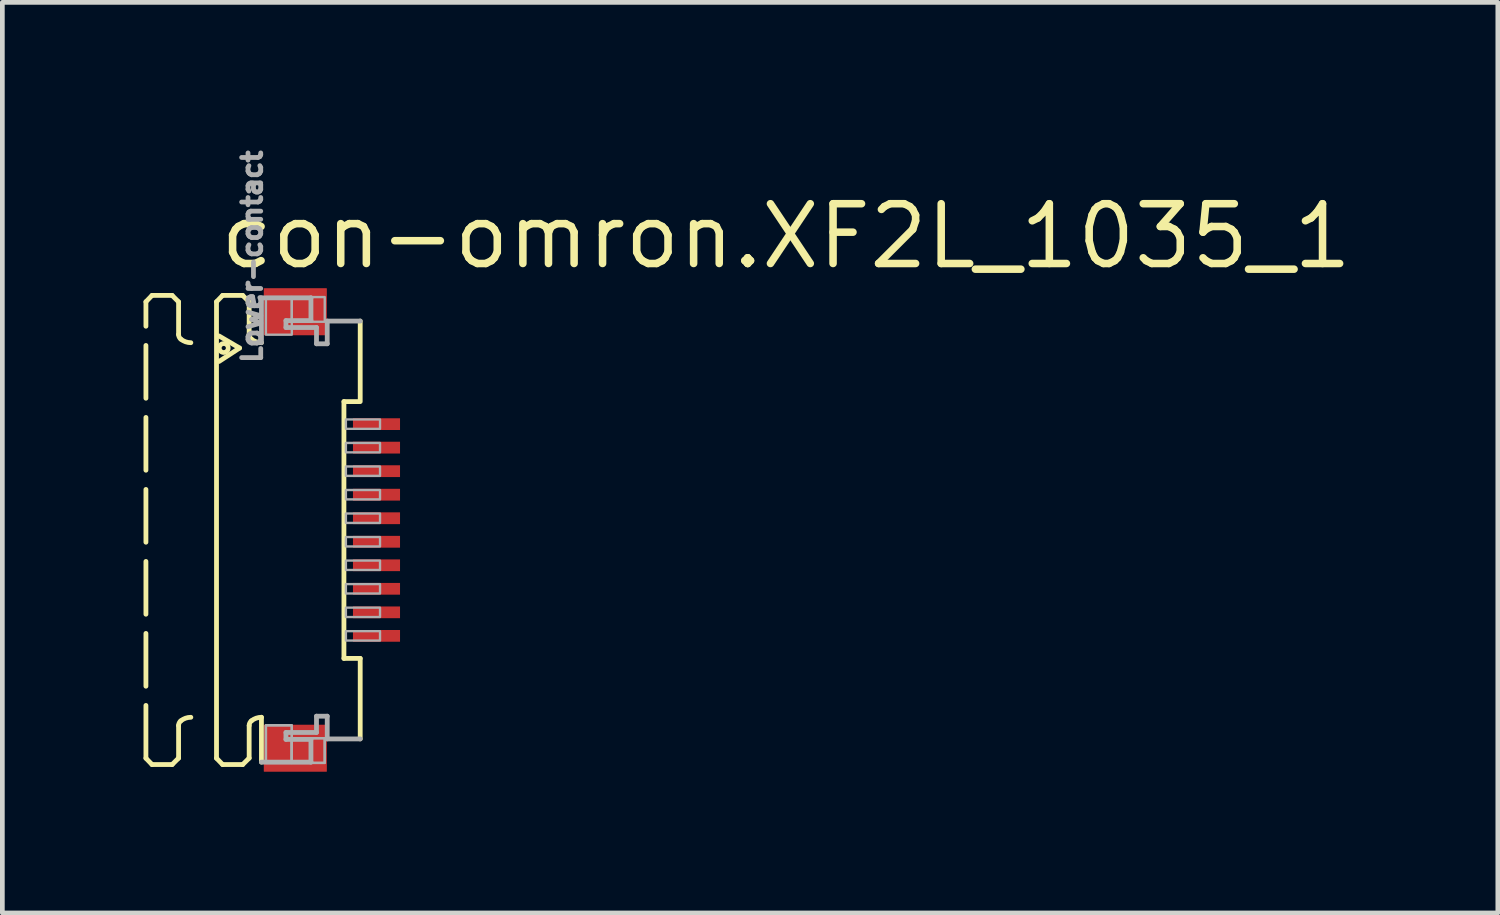
<source format=kicad_pcb>
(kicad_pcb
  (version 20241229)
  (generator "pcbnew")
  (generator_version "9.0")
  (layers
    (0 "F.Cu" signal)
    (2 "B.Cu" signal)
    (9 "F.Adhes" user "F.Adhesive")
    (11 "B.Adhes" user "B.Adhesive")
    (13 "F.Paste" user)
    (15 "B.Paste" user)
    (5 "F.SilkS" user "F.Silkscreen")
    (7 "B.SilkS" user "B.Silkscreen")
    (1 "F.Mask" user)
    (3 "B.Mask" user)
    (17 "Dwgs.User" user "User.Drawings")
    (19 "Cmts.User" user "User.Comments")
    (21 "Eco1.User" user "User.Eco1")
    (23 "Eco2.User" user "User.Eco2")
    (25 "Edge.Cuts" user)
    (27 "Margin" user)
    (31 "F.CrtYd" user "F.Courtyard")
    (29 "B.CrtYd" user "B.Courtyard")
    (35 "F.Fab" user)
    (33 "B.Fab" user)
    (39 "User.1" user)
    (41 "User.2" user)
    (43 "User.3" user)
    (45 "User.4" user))
  (footprint "con-omron.XF2L_1035_1"
    (layer "F.Cu")
    (at 3.046 8.213)
    (property "Reference" "con-omron.XF2L_1035_1" (at -1.5 -5.5 0) (layer "F.SilkS") (effects (font (size 1.27 1.27) (thickness 0.16)) (justify left bottom)))
    (attr smd)
    (fp_rect (start 1.355 -2.075) (end 2.455 -2.425) (stroke (width 0.05) (type default)) (fill yes) (layer "F.Mask"))
    (fp_rect (start 1.355 -1.575) (end 2.455 -1.925) (stroke (width 0.05) (type default)) (fill yes) (layer "F.Mask"))
    (fp_rect (start 1.355 -1.075) (end 2.455 -1.425) (stroke (width 0.05) (type default)) (fill yes) (layer "F.Mask"))
    (fp_rect (start 1.355 -0.575) (end 2.455 -0.925) (stroke (width 0.05) (type default)) (fill yes) (layer "F.Mask"))
    (fp_rect (start 1.355 -0.075) (end 2.455 -0.425) (stroke (width 0.05) (type default)) (fill yes) (layer "F.Mask"))
    (fp_rect (start 1.355 0.425) (end 2.455 0.075) (stroke (width 0.05) (type default)) (fill yes) (layer "F.Mask"))
    (fp_rect (start 1.355 0.925) (end 2.455 0.575) (stroke (width 0.05) (type default)) (fill yes) (layer "F.Mask"))
    (fp_rect (start 1.355 1.425) (end 2.455 1.075) (stroke (width 0.05) (type default)) (fill yes) (layer "F.Mask"))
    (fp_rect (start 1.355 1.925) (end 2.455 1.575) (stroke (width 0.05) (type default)) (fill yes) (layer "F.Mask"))
    (fp_rect (start 1.355 2.425) (end 2.455 2.075) (stroke (width 0.05) (type default)) (fill yes) (layer "F.Mask"))
    (fp_line (start -2.995 -4.85) (end -2.865 -4.985) (stroke (width 0.102) (type default)) (layer "F.SilkS"))
    (fp_line (start -2.995 4.85) (end -2.995 -4.85) (stroke (width 0.102) (type dash)) (layer "F.SilkS"))
    (fp_line (start -2.995 4.85) (end -2.865 4.985) (stroke (width 0.102) (type default)) (layer "F.SilkS"))
    (fp_line (start -2.865 -4.985) (end -2.438 -4.985) (stroke (width 0.102) (type dash)) (layer "F.SilkS"))
    (fp_line (start -2.865 4.985) (end -2.438 4.985) (stroke (width 0.102) (type dash)) (layer "F.SilkS"))
    (fp_line (start -2.438 -4.985) (end -2.301 -4.848) (stroke (width 0.102) (type default)) (layer "F.SilkS"))
    (fp_line (start -2.438 4.985) (end -2.301 4.848) (stroke (width 0.102) (type default)) (layer "F.SilkS"))
    (fp_line (start -2.301 -4.848) (end -2.301 -4.156) (stroke (width 0.102) (type dash)) (layer "F.SilkS"))
    (fp_line (start -2.301 4.848) (end -2.301 4.156) (stroke (width 0.102) (type dash)) (layer "F.SilkS"))
    (fp_line (start -1.495 -4.85) (end -1.365 -4.985) (stroke (width 0.102) (type default)) (layer "F.SilkS"))
    (fp_line (start -1.495 4.85) (end -1.495 -4.85) (stroke (width 0.102) (type default)) (layer "F.SilkS"))
    (fp_line (start -1.495 4.85) (end -1.365 4.985) (stroke (width 0.102) (type default)) (layer "F.SilkS"))
    (fp_line (start -1.441 -4.123) (end -1.005 -3.867) (stroke (width 0.102) (type default)) (layer "F.SilkS"))
    (fp_line (start -1.365 -4.985) (end -0.939 -4.985) (stroke (width 0.102) (type default)) (layer "F.SilkS"))
    (fp_line (start -1.365 4.985) (end -0.939 4.985) (stroke (width 0.102) (type default)) (layer "F.SilkS"))
    (fp_line (start -1.005 -3.867) (end -1.441 -3.582) (stroke (width 0.102) (type default)) (layer "F.SilkS"))
    (fp_line (start -0.939 -4.985) (end -0.801 -4.848) (stroke (width 0.102) (type default)) (layer "F.SilkS"))
    (fp_line (start -0.939 4.985) (end -0.801 4.848) (stroke (width 0.102) (type default)) (layer "F.SilkS"))
    (fp_line (start -0.801 -4.848) (end -0.801 -4.156) (stroke (width 0.102) (type default)) (layer "F.SilkS"))
    (fp_line (start -0.801 4.848) (end -0.801 4.156) (stroke (width 0.102) (type default)) (layer "F.SilkS"))
    (fp_line (start -0.54 3.98) (end -0.54 4.933) (stroke (width 0.102) (type default)) (layer "F.SilkS"))
    (fp_line (start 1.213 2.729) (end 1.213 -2.729) (stroke (width 0.102) (type default)) (layer "F.SilkS"))
    (fp_line (start 1.538 -2.729) (end 1.213 -2.729) (stroke (width 0.102) (type default)) (layer "F.SilkS"))
    (fp_line (start 1.559 -4.44) (end 1.559 -2.729) (stroke (width 0.102) (type default)) (layer "F.SilkS"))
    (fp_line (start 1.559 2.729) (end 1.213 2.729) (stroke (width 0.102) (type default)) (layer "F.SilkS"))
    (fp_line (start 1.559 4.44) (end 1.559 2.729) (stroke (width 0.102) (type default)) (layer "F.SilkS"))
    (fp_arc (start -2.301 4.1557) (mid -2.288538 4.100596) (end -2.2536 4.0562) (stroke (width 0.1016) (type default)) (layer "F.SilkS"))
    (fp_arc (start -2.2536 -4.0562) (mid -2.288538 -4.100596) (end -2.301 -4.1557) (stroke (width 0.1016) (type default)) (layer "F.SilkS"))
    (fp_arc (start -2.2536 4.0562) (mid -2.153476 3.999936) (end -2.0403 3.9804) (stroke (width 0.1016) (type default)) (layer "F.SilkS"))
    (fp_arc (start -2.0403 -3.9804) (mid -2.153476 -3.999936) (end -2.2536 -4.0562) (stroke (width 0.1016) (type default)) (layer "F.SilkS"))
    (fp_arc (start -0.801 4.1557) (mid -0.788538 4.100596) (end -0.7536 4.0562) (stroke (width 0.1016) (type default)) (layer "F.SilkS"))
    (fp_arc (start -0.7536 -4.0562) (mid -0.788538 -4.100596) (end -0.801 -4.1557) (stroke (width 0.1016) (type default)) (layer "F.SilkS"))
    (fp_arc (start -0.7536 4.0562) (mid -0.653476 3.999936) (end -0.5403 3.9804) (stroke (width 0.1016) (type default)) (layer "F.SilkS"))
    (fp_arc (start -0.5403 -3.9804) (mid -0.653476 -3.999936) (end -0.7536 -4.0562) (stroke (width 0.1016) (type default)) (layer "F.SilkS"))
    (fp_circle (center -1.341 -3.867) (end -1.246 -3.867) (stroke (width 0.1) (type default)) (fill no) (layer "F.SilkS"))
    (fp_line (start -0.54 -4.933) (end 0.512 -4.933) (stroke (width 0.102) (type default)) (layer "F.Fab"))
    (fp_line (start -0.54 -3.98) (end -0.54 -4.933) (stroke (width 0.102) (type default)) (layer "F.Fab"))
    (fp_line (start -0.54 4.933) (end 0.512 4.933) (stroke (width 0.102) (type default)) (layer "F.Fab"))
    (fp_line (start -0.019 -4.45) (end -0.019 -4.303) (stroke (width 0.102) (type default)) (layer "F.Fab"))
    (fp_line (start -0.019 -4.303) (end 0.63 -4.303) (stroke (width 0.102) (type default)) (layer "F.Fab"))
    (fp_line (start -0.019 4.303) (end 0.63 4.303) (stroke (width 0.102) (type default)) (layer "F.Fab"))
    (fp_line (start -0.019 4.45) (end -0.019 4.303) (stroke (width 0.102) (type default)) (layer "F.Fab"))
    (fp_line (start 0.512 -4.933) (end 0.512 -4.45) (stroke (width 0.102) (type default)) (layer "F.Fab"))
    (fp_line (start 0.512 -4.45) (end -0.019 -4.45) (stroke (width 0.102) (type default)) (layer "F.Fab"))
    (fp_line (start 0.512 4.45) (end -0.019 4.45) (stroke (width 0.102) (type default)) (layer "F.Fab"))
    (fp_line (start 0.512 4.933) (end 0.512 4.45) (stroke (width 0.102) (type default)) (layer "F.Fab"))
    (fp_line (start 0.63 -4.303) (end 0.63 -3.957) (stroke (width 0.102) (type default)) (layer "F.Fab"))
    (fp_line (start 0.63 -3.957) (end 0.858 -3.957) (stroke (width 0.102) (type default)) (layer "F.Fab"))
    (fp_line (start 0.63 3.957) (end 0.858 3.957) (stroke (width 0.102) (type default)) (layer "F.Fab"))
    (fp_line (start 0.63 4.303) (end 0.63 3.957) (stroke (width 0.102) (type default)) (layer "F.Fab"))
    (fp_line (start 0.858 -4.44) (end 1.559 -4.44) (stroke (width 0.102) (type default)) (layer "F.Fab"))
    (fp_line (start 0.858 -3.957) (end 0.858 -4.44) (stroke (width 0.102) (type default)) (layer "F.Fab"))
    (fp_line (start 0.858 3.957) (end 0.858 4.44) (stroke (width 0.102) (type default)) (layer "F.Fab"))
    (fp_line (start 0.858 4.44) (end 1.559 4.44) (stroke (width 0.102) (type default)) (layer "F.Fab"))
    (fp_rect (start -0.445 -4.15) (end 0.105 -4.95) (stroke (width 0.05) (type default)) (fill no) (layer "F.Fab"))
    (fp_rect (start -0.445 4.95) (end 0.105 4.15) (stroke (width 0.05) (type default)) (fill no) (layer "F.Fab"))
    (fp_rect (start -0.445 4.95) (end 0.105 4.15) (stroke (width 0.05) (type default)) (fill no) (layer "F.Fab"))
    (fp_rect (start 0.105 -4.425) (end 0.805 -4.95) (stroke (width 0.05) (type default)) (fill no) (layer "F.Fab"))
    (fp_rect (start 0.105 4.95) (end 0.805 4.425) (stroke (width 0.05) (type default)) (fill no) (layer "F.Fab"))
    (fp_rect (start 0.105 4.95) (end 0.805 4.425) (stroke (width 0.05) (type default)) (fill no) (layer "F.Fab"))
    (fp_rect (start 1.255 -2.15) (end 1.98 -2.35) (stroke (width 0.05) (type default)) (fill no) (layer "F.Fab"))
    (fp_rect (start 1.255 -1.65) (end 1.98 -1.85) (stroke (width 0.05) (type default)) (fill no) (layer "F.Fab"))
    (fp_rect (start 1.255 -1.15) (end 1.98 -1.35) (stroke (width 0.05) (type default)) (fill no) (layer "F.Fab"))
    (fp_rect (start 1.255 -0.65) (end 1.98 -0.85) (stroke (width 0.05) (type default)) (fill no) (layer "F.Fab"))
    (fp_rect (start 1.255 -0.15) (end 1.98 -0.35) (stroke (width 0.05) (type default)) (fill no) (layer "F.Fab"))
    (fp_rect (start 1.255 0.35) (end 1.98 0.15) (stroke (width 0.05) (type default)) (fill no) (layer "F.Fab"))
    (fp_rect (start 1.255 0.85) (end 1.98 0.65) (stroke (width 0.05) (type default)) (fill no) (layer "F.Fab"))
    (fp_rect (start 1.255 1.35) (end 1.98 1.15) (stroke (width 0.05) (type default)) (fill no) (layer "F.Fab"))
    (fp_rect (start 1.255 1.85) (end 1.98 1.65) (stroke (width 0.05) (type default)) (fill no) (layer "F.Fab"))
    (fp_rect (start 1.255 2.35) (end 1.98 2.15) (stroke (width 0.05) (type default)) (fill no) (layer "F.Fab"))
    (fp_text user "Lower-contact" (at -0.5 -3.5 270) (layer "F.Fab") (effects (font (size 0.406 0.406) (thickness 0.15)) (justify left bottom)))
    (pad "1" smd roundrect (at 1.905 -2.25) (size 1 0.25) (layers "F.Cu" "F.Mask" "F.Paste") (roundrect_rratio 0.01))
    (pad "2" smd roundrect (at 1.905 -1.75) (size 1 0.25) (layers "F.Cu" "F.Mask" "F.Paste") (roundrect_rratio 0.01))
    (pad "3" smd roundrect (at 1.905 -1.25) (size 1 0.25) (layers "F.Cu" "F.Mask" "F.Paste") (roundrect_rratio 0.01))
    (pad "4" smd roundrect (at 1.905 -0.75) (size 1 0.25) (layers "F.Cu" "F.Mask" "F.Paste") (roundrect_rratio 0.01))
    (pad "5" smd roundrect (at 1.905 -0.25) (size 1 0.25) (layers "F.Cu" "F.Mask" "F.Paste") (roundrect_rratio 0.01))
    (pad "6" smd roundrect (at 1.905 0.25) (size 1 0.25) (layers "F.Cu" "F.Mask" "F.Paste") (roundrect_rratio 0.01))
    (pad "7" smd roundrect (at 1.905 0.75) (size 1 0.25) (layers "F.Cu" "F.Mask" "F.Paste") (roundrect_rratio 0.01))
    (pad "8" smd roundrect (at 1.905 1.25) (size 1 0.25) (layers "F.Cu" "F.Mask" "F.Paste") (roundrect_rratio 0.01))
    (pad "9" smd roundrect (at 1.905 1.75) (size 1 0.25) (layers "F.Cu" "F.Mask" "F.Paste") (roundrect_rratio 0.01))
    (pad "10" smd roundrect (at 1.905 2.25) (size 1 0.25) (layers "F.Cu" "F.Mask" "F.Paste") (roundrect_rratio 0.01))
    (pad "M1" smd roundrect (at 0.18 -4.638) (size 1.34 1) (layers "F.Cu" "F.Mask" "F.Paste") (roundrect_rratio 0.01))
    (pad "M2" smd roundrect (at 0.18 4.638) (size 1.34 1) (layers "F.Cu" "F.Mask" "F.Paste") (roundrect_rratio 0.01)))
  (gr_rect
    (start -3 -3)
    (end 28.781 16.351)
    (stroke (width 0.1) (type default))
    (fill no)
    (layer "Edge.Cuts")))
</source>
